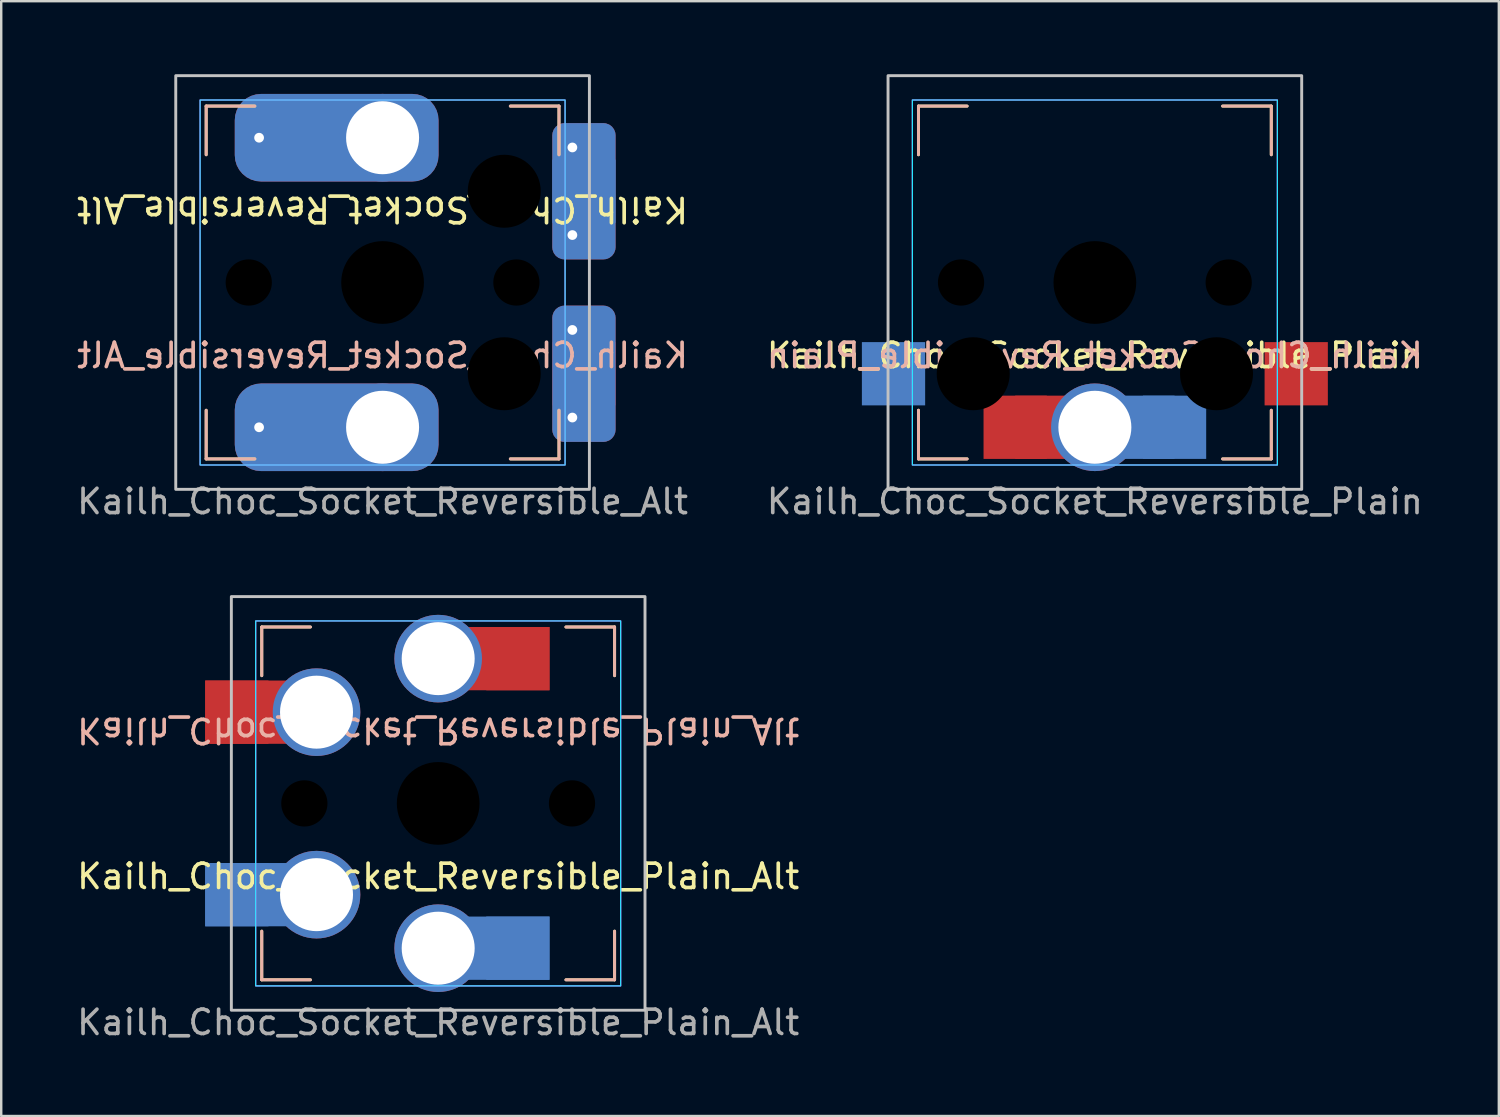
<source format=kicad_pcb>
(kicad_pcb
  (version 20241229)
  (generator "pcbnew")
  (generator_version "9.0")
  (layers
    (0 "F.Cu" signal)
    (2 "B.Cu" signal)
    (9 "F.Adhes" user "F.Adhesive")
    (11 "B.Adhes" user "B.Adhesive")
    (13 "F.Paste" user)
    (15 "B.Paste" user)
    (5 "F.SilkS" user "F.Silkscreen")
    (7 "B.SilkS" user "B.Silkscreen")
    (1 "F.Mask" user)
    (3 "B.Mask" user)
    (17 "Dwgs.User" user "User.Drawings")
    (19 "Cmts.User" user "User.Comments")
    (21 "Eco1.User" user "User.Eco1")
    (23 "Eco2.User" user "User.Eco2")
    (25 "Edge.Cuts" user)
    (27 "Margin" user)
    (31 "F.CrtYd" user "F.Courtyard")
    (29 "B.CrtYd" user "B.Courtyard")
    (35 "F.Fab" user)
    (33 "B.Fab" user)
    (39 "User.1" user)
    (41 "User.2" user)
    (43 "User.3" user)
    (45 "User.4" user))
  (footprint "Kailh_Choc_Socket_Reversible_Plain_Alt"
    (layer "F.Cu")
    (at 14.958 29.968)
    (property "Reference" "Kailh_Choc_Socket_Reversible_Plain_Alt" (at 0 3 0) (unlocked yes) (layer "F.SilkS") (effects (font (size 1 1) (thickness 0.15))))
    (attr through_hole)
    (fp_line (start -7.25 -7.25) (end -7.25 -5.25) (stroke (width 0.12) (type solid)) (layer "F.SilkS"))
    (fp_line (start -7.25 -7.25) (end -5.25 -7.25) (stroke (width 0.12) (type solid)) (layer "F.SilkS"))
    (fp_line (start -7.25 7.25) (end -7.25 5.25) (stroke (width 0.12) (type solid)) (layer "F.SilkS"))
    (fp_line (start -7.25 7.25) (end -5.25 7.25) (stroke (width 0.12) (type solid)) (layer "F.SilkS"))
    (fp_line (start 7.25 -7.25) (end 5.25 -7.25) (stroke (width 0.12) (type solid)) (layer "F.SilkS"))
    (fp_line (start 7.25 -7.25) (end 7.25 -5.25) (stroke (width 0.12) (type solid)) (layer "F.SilkS"))
    (fp_line (start 7.25 7.25) (end 5.25 7.25) (stroke (width 0.12) (type solid)) (layer "F.SilkS"))
    (fp_line (start 7.25 7.25) (end 7.25 5.25) (stroke (width 0.12) (type solid)) (layer "F.SilkS"))
    (fp_line (start -7.25 -7.25) (end -7.25 -5.25) (stroke (width 0.12) (type solid)) (layer "B.SilkS"))
    (fp_line (start -7.25 5.25) (end -7.25 7.25) (stroke (width 0.12) (type solid)) (layer "B.SilkS"))
    (fp_line (start -7.25 7.25) (end -5.25 7.25) (stroke (width 0.12) (type solid)) (layer "B.SilkS"))
    (fp_line (start -5.25 -7.25) (end -7.25 -7.25) (stroke (width 0.12) (type solid)) (layer "B.SilkS"))
    (fp_line (start 5.25 7.25) (end 7.25 7.25) (stroke (width 0.12) (type solid)) (layer "B.SilkS"))
    (fp_line (start 7.25 -7.25) (end 5.25 -7.25) (stroke (width 0.12) (type solid)) (layer "B.SilkS"))
    (fp_line (start 7.25 -7.25) (end 7.25 -5.25) (stroke (width 0.12) (type solid)) (layer "B.SilkS"))
    (fp_line (start 7.25 7.25) (end 7.25 5.25) (stroke (width 0.12) (type solid)) (layer "B.SilkS"))
    (fp_rect (start -8.5 -8.5) (end 8.5 8.5) (stroke (width 0.12) (type solid)) (fill no) (layer "Dwgs.User"))
    (fp_rect (start -7.5 -7.5) (end 7.5 7.5) (stroke (width 0.05) (type solid)) (fill no) (layer "B.CrtYd"))
    (fp_rect (start -7.5 -7.5) (end 7.5 7.5) (stroke (width 0.05) (type solid)) (fill no) (layer "F.CrtYd"))
    (fp_text user "${REFERENCE}" (at 0 -3 180) (unlocked yes) (layer "B.SilkS") (effects (font (size 1 1) (thickness 0.15)) (justify mirror)))
    (fp_text user "${REFERENCE}" (at 0 9 0) (unlocked yes) (layer "F.Fab") (effects (font (size 1 1) (thickness 0.15))))
    (pad "" np_thru_hole circle (at -5.5 0) (size 1.9 1.9) (drill 1.9) (layers "*.Mask"))
    (pad "" np_thru_hole circle (at 0 0) (size 3.4 3.4) (drill 3.4) (layers "*.Mask"))
    (pad "" np_thru_hole circle (at 5.5 0) (size 1.9 1.9) (drill 1.9) (layers "*.Mask"))
    (pad "1" thru_hole circle (at 0 -5.95 180) (size 3.6 3.6) (drill 3) (layers "*.Cu" "*.Mask"))
    (pad "1" thru_hole circle (at 0 5.95) (size 3.6 3.6) (drill 3) (layers "*.Cu" "*.Mask"))
    (pad "1" smd rect (at 2.288 -5.95 180) (size 4.575 2.6) (layers "F.Cu"))
    (pad "1" smd rect (at 2.288 5.95) (size 4.575 2.6) (layers "B.Cu"))
    (pad "1" smd rect (at 3.275 -5.95 180) (size 2.6 2.6) (layers "F.Cu" "F.Mask" "F.Paste"))
    (pad "1" smd rect (at 3.275 5.95) (size 2.6 2.6) (layers "B.Cu" "B.Mask" "B.Paste"))
    (pad "2" smd rect (at -8.275 -3.75 180) (size 2.6 2.6) (layers "F.Cu" "F.Mask" "F.Paste"))
    (pad "2" smd rect (at -8.275 3.75) (size 2.6 2.6) (layers "B.Cu" "B.Mask" "B.Paste"))
    (pad "2" smd rect (at -7.287 -3.75 180) (size 4.575 2.6) (layers "F.Cu"))
    (pad "2" smd rect (at -7.287 3.75) (size 4.575 2.6) (layers "B.Cu"))
    (pad "2" thru_hole circle (at -5 -3.75 180) (size 3.6 3.6) (drill 3) (layers "*.Cu" "*.Mask"))
    (pad "2" thru_hole circle (at -5 3.75) (size 3.6 3.6) (drill 3) (layers "*.Cu" "*.Mask")))
  (footprint "Kailh_Choc_Socket_Reversible_Plain"
    (layer "F.Cu")
    (at 41.946 8.56)
    (property "Reference" "Kailh_Choc_Socket_Reversible_Plain" (at 0 3 0) (unlocked yes) (layer "F.SilkS") (effects (font (size 1 1) (thickness 0.15))))
    (attr through_hole)
    (fp_line (start -7.25 -7.25) (end -7.25 -5.25) (stroke (width 0.12) (type solid)) (layer "F.SilkS"))
    (fp_line (start -7.25 -7.25) (end -5.25 -7.25) (stroke (width 0.12) (type solid)) (layer "F.SilkS"))
    (fp_line (start -7.25 7.25) (end -7.25 5.25) (stroke (width 0.12) (type solid)) (layer "F.SilkS"))
    (fp_line (start -7.25 7.25) (end -5.25 7.25) (stroke (width 0.12) (type solid)) (layer "F.SilkS"))
    (fp_line (start 7.25 -7.25) (end 5.25 -7.25) (stroke (width 0.12) (type solid)) (layer "F.SilkS"))
    (fp_line (start 7.25 -7.25) (end 7.25 -5.25) (stroke (width 0.12) (type solid)) (layer "F.SilkS"))
    (fp_line (start 7.25 7.25) (end 5.25 7.25) (stroke (width 0.12) (type solid)) (layer "F.SilkS"))
    (fp_line (start 7.25 7.25) (end 7.25 5.25) (stroke (width 0.12) (type solid)) (layer "F.SilkS"))
    (fp_line (start -7.25 -7.25) (end -7.25 -5.25) (stroke (width 0.12) (type solid)) (layer "B.SilkS"))
    (fp_line (start -7.25 5.25) (end -7.25 7.25) (stroke (width 0.12) (type solid)) (layer "B.SilkS"))
    (fp_line (start -7.25 7.25) (end -5.25 7.25) (stroke (width 0.12) (type solid)) (layer "B.SilkS"))
    (fp_line (start -5.25 -7.25) (end -7.25 -7.25) (stroke (width 0.12) (type solid)) (layer "B.SilkS"))
    (fp_line (start 5.25 7.25) (end 7.25 7.25) (stroke (width 0.12) (type solid)) (layer "B.SilkS"))
    (fp_line (start 7.25 -7.25) (end 5.25 -7.25) (stroke (width 0.12) (type solid)) (layer "B.SilkS"))
    (fp_line (start 7.25 -7.25) (end 7.25 -5.25) (stroke (width 0.12) (type solid)) (layer "B.SilkS"))
    (fp_line (start 7.25 7.25) (end 7.25 5.25) (stroke (width 0.12) (type solid)) (layer "B.SilkS"))
    (fp_rect (start -8.5 -8.5) (end 8.5 8.5) (stroke (width 0.12) (type solid)) (fill no) (layer "Dwgs.User"))
    (fp_rect (start -7.5 -7.5) (end 7.5 7.5) (stroke (width 0.05) (type solid)) (fill no) (layer "B.CrtYd"))
    (fp_rect (start -7.5 -7.5) (end 7.5 7.5) (stroke (width 0.05) (type solid)) (fill no) (layer "F.CrtYd"))
    (fp_text user "${REFERENCE}" (at 0 3 0) (unlocked yes) (layer "B.SilkS") (effects (font (size 1 1) (thickness 0.15)) (justify mirror)))
    (fp_text user "${REFERENCE}" (at 0 9 0) (unlocked yes) (layer "F.Fab") (effects (font (size 1 1) (thickness 0.15))))
    (pad "" np_thru_hole circle (at -5.5 0) (size 1.9 1.9) (drill 1.9) (layers "*.Mask"))
    (pad "" np_thru_hole circle (at -5 3.75) (size 3 3) (drill 3) (layers "*.Mask"))
    (pad "" np_thru_hole circle (at 0 0) (size 3.4 3.4) (drill 3.4) (layers "*.Mask"))
    (pad "" np_thru_hole circle (at 5 3.75) (size 3 3) (drill 3) (layers "*.Mask"))
    (pad "" np_thru_hole circle (at 5.5 0) (size 1.9 1.9) (drill 1.9) (layers "*.Mask"))
    (pad "1" smd rect (at -3.275 5.95) (size 2.6 2.6) (layers "F.Cu" "F.Mask" "F.Paste"))
    (pad "1" smd rect (at -1.975 5.95) (size 2.6 2.6) (layers "F.Cu"))
    (pad "1" thru_hole circle (at 0 5.95) (size 3.6 3.6) (drill 3) (layers "*.Cu" "*.Mask"))
    (pad "1" smd rect (at 1.975 5.95) (size 2.6 2.6) (layers "B.Cu"))
    (pad "1" smd rect (at 3.275 5.95) (size 2.6 2.6) (layers "B.Cu" "B.Mask" "B.Paste"))
    (pad "2" smd rect (at -8.275 3.75) (size 2.6 2.6) (layers "B.Cu" "B.Mask" "B.Paste"))
    (pad "2" smd rect (at 8.275 3.75) (size 2.6 2.6) (layers "F.Cu" "F.Mask" "F.Paste")))
  (footprint "Kailh_Choc_Socket_Reversible_Alt"
    (layer "F.Cu")
    (at 12.673 8.56)
    (property "Reference" "Kailh_Choc_Socket_Reversible_Alt" (at 0 3 0) (unlocked yes) (layer "B.SilkS") (effects (font (size 1 1) (thickness 0.15)) (justify mirror)))
    (attr through_hole)
    (fp_line (start -7.25 -7.25) (end -7.25 -5.25) (stroke (width 0.12) (type solid)) (layer "F.SilkS"))
    (fp_line (start -7.25 -7.25) (end -5.25 -7.25) (stroke (width 0.12) (type solid)) (layer "F.SilkS"))
    (fp_line (start -7.25 7.25) (end -7.25 5.25) (stroke (width 0.12) (type solid)) (layer "F.SilkS"))
    (fp_line (start -7.25 7.25) (end -5.25 7.25) (stroke (width 0.12) (type solid)) (layer "F.SilkS"))
    (fp_line (start 7.25 -7.25) (end 5.25 -7.25) (stroke (width 0.12) (type solid)) (layer "F.SilkS"))
    (fp_line (start 7.25 -7.25) (end 7.25 -5.25) (stroke (width 0.12) (type solid)) (layer "F.SilkS"))
    (fp_line (start 7.25 7.25) (end 5.25 7.25) (stroke (width 0.12) (type solid)) (layer "F.SilkS"))
    (fp_line (start 7.25 7.25) (end 7.25 5.25) (stroke (width 0.12) (type solid)) (layer "F.SilkS"))
    (fp_line (start -7.25 -7.25) (end -7.25 -5.25) (stroke (width 0.12) (type solid)) (layer "B.SilkS"))
    (fp_line (start -7.25 -7.25) (end -5.25 -7.25) (stroke (width 0.12) (type solid)) (layer "B.SilkS"))
    (fp_line (start -7.25 7.25) (end -7.25 5.25) (stroke (width 0.12) (type solid)) (layer "B.SilkS"))
    (fp_line (start -7.25 7.25) (end -5.25 7.25) (stroke (width 0.12) (type solid)) (layer "B.SilkS"))
    (fp_line (start 7.25 -7.25) (end 5.25 -7.25) (stroke (width 0.12) (type solid)) (layer "B.SilkS"))
    (fp_line (start 7.25 -7.25) (end 7.25 -5.25) (stroke (width 0.12) (type solid)) (layer "B.SilkS"))
    (fp_line (start 7.25 7.25) (end 5.25 7.25) (stroke (width 0.12) (type solid)) (layer "B.SilkS"))
    (fp_line (start 7.25 7.25) (end 7.25 5.25) (stroke (width 0.12) (type solid)) (layer "B.SilkS"))
    (fp_rect (start -8.5 -8.5) (end 8.5 8.5) (stroke (width 0.12) (type solid)) (fill no) (layer "Dwgs.User"))
    (fp_rect (start 7.5 -7.5) (end -7.5 7.5) (stroke (width 0.05) (type solid)) (fill no) (layer "B.CrtYd"))
    (fp_rect (start 7.5 7.5) (end -7.5 -7.5) (stroke (width 0.05) (type solid)) (fill no) (layer "F.CrtYd"))
    (fp_text user "${REFERENCE}" (at 0 -3 180) (unlocked yes) (layer "F.SilkS") (effects (font (size 1 1) (thickness 0.15))))
    (fp_text user "${REFERENCE}" (at 0 9 0) (unlocked yes) (layer "F.Fab") (effects (font (size 1 1) (thickness 0.15))))
    (pad "" np_thru_hole circle (at -5.5 0 180) (size 1.9 1.9) (drill 1.9) (layers "*.Mask"))
    (pad "" np_thru_hole circle (at 0 0) (size 3.4 3.4) (drill 3.4) (layers "*.Mask"))
    (pad "" np_thru_hole circle (at 5 -3.75 180) (size 3 3) (drill 3) (layers "*.Mask"))
    (pad "" np_thru_hole circle (at 5 3.75) (size 3 3) (drill 3) (layers "*.Mask"))
    (pad "" np_thru_hole circle (at 5.5 0 180) (size 1.9 1.9) (drill 1.9) (layers "*.Mask"))
    (pad "1" thru_hole circle (at -5.075 -5.95 180) (size 1 1) (drill 0.4) (layers "*.Cu"))
    (pad "1" thru_hole circle (at -5.075 5.95) (size 1 1) (drill 0.4) (layers "*.Cu"))
    (pad "1" smd rect (at -3.275 -5.95 180) (size 2.6 2.6) (layers "B.Cu" "B.Mask" "B.Paste"))
    (pad "1" smd rect (at -3.275 5.95) (size 2.6 2.6) (layers "F.Cu" "F.Mask" "F.Paste"))
    (pad "1" smd roundrect (at -1.887 -5.95 180) (size 8.375 3.6) (layers "F.Cu") (roundrect_rratio 0.3))
    (pad "1" smd roundrect (at -1.887 -5.95 180) (size 8.375 3.6) (layers "B.Cu") (roundrect_rratio 0.3))
    (pad "1" smd roundrect (at -1.887 5.95) (size 8.375 3.6) (layers "F.Cu") (roundrect_rratio 0.3))
    (pad "1" smd roundrect (at -1.887 5.95) (size 8.375 3.6) (layers "B.Cu") (roundrect_rratio 0.3))
    (pad "1" thru_hole circle (at 0 -5.95 180) (size 3.6 3.6) (drill 3) (layers "*.Cu" "*.Mask"))
    (pad "1" thru_hole circle (at 0 5.95) (size 3.6 3.6) (drill 3) (layers "*.Cu" "*.Mask"))
    (pad "2" thru_hole circle (at 7.8 -5.55 180) (size 1 1) (drill 0.4) (layers "*.Cu"))
    (pad "2" thru_hole circle (at 7.8 -1.95 180) (size 1 1) (drill 0.4) (layers "*.Cu"))
    (pad "2" thru_hole circle (at 7.8 1.95) (size 1 1) (drill 0.4) (layers "*.Cu"))
    (pad "2" thru_hole circle (at 7.8 5.55) (size 1 1) (drill 0.4) (layers "*.Cu"))
    (pad "2" smd rect (at 8.275 -3.75 180) (size 2.6 2.6) (layers "B.Cu" "B.Mask" "B.Paste"))
    (pad "2" smd roundrect (at 8.275 -3.75 180) (size 2.6 5.6) (layers "F.Cu") (roundrect_rratio 0.192))
    (pad "2" smd roundrect (at 8.275 -3.75 180) (size 2.6 5.6) (layers "B.Cu") (roundrect_rratio 0.192))
    (pad "2" smd rect (at 8.275 3.75) (size 2.6 2.6) (layers "F.Cu" "F.Mask" "F.Paste"))
    (pad "2" smd roundrect (at 8.275 3.75) (size 2.6 5.6) (layers "F.Cu") (roundrect_rratio 0.192))
    (pad "2" smd roundrect (at 8.275 3.75) (size 2.6 5.6) (layers "B.Cu") (roundrect_rratio 0.192)))
  (gr_rect
    (start -3 -3)
    (end 58.548 42.816)
    (stroke (width 0.1) (type default))
    (fill no)
    (layer "Edge.Cuts")))
</source>
